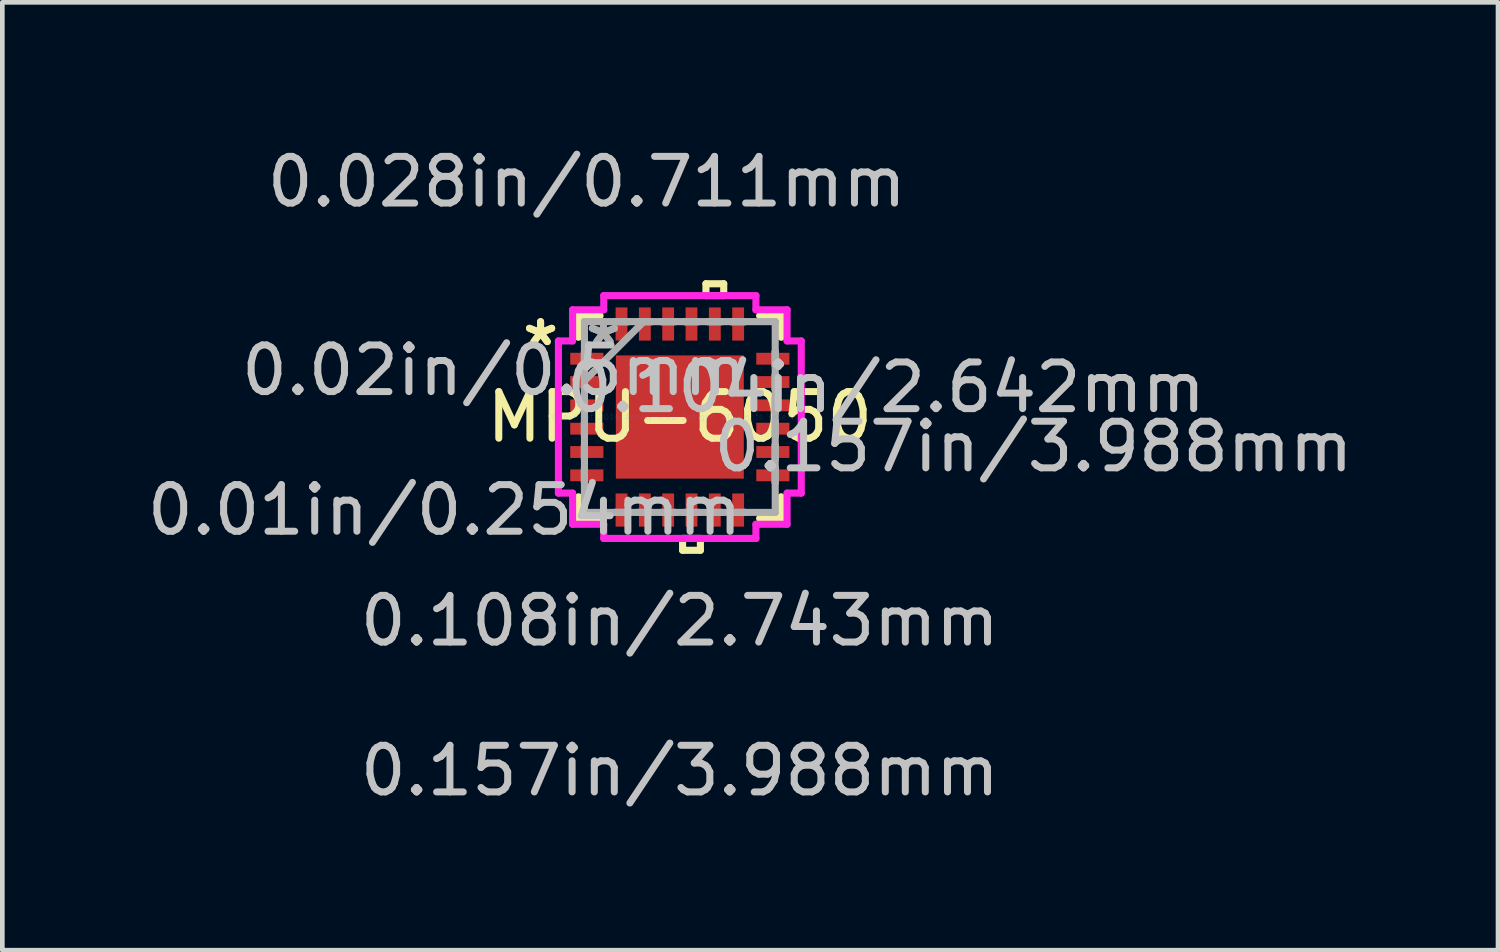
<source format=kicad_pcb>
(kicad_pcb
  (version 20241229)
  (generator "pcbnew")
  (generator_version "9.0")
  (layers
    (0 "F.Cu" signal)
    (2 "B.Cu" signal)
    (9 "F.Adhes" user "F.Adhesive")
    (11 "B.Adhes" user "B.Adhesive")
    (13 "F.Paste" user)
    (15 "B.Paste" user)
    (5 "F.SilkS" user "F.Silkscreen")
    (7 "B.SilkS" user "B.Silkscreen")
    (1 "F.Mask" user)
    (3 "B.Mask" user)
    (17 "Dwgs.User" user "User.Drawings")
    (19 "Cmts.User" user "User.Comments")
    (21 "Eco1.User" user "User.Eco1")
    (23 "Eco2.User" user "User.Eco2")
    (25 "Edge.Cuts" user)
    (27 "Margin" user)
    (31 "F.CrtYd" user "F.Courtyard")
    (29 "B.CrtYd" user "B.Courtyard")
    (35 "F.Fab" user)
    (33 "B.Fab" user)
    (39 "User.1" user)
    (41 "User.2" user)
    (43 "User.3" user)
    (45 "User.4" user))
  (footprint "MPU-6050"
    (layer "F.Cu")
    (at 11.524 5.89)
    (property "Reference" "MPU-6050" (at 0 0 0) (layer "F.SilkS") (effects (font (size 1 1) (thickness 0.15))))
    (attr through_hole)
    (fp_line (start -2.172 -2.172) (end -2.172 -1.71) (stroke (width 0.152) (type solid)) (layer "F.SilkS"))
    (fp_line (start -2.172 1.71) (end -2.172 2.172) (stroke (width 0.152) (type solid)) (layer "F.SilkS"))
    (fp_line (start -2.172 2.172) (end -1.71 2.172) (stroke (width 0.152) (type solid)) (layer "F.SilkS"))
    (fp_line (start -1.71 -2.172) (end -2.172 -2.172) (stroke (width 0.152) (type solid)) (layer "F.SilkS"))
    (fp_line (start 0.059 2.603) (end 0.059 2.857) (stroke (width 0.152) (type solid)) (layer "F.SilkS"))
    (fp_line (start 0.059 2.857) (end 0.441 2.857) (stroke (width 0.152) (type solid)) (layer "F.SilkS"))
    (fp_line (start 0.441 2.603) (end 0.059 2.603) (stroke (width 0.152) (type solid)) (layer "F.SilkS"))
    (fp_line (start 0.441 2.857) (end 0.441 2.603) (stroke (width 0.152) (type solid)) (layer "F.SilkS"))
    (fp_line (start 0.56 -2.857) (end 0.941 -2.857) (stroke (width 0.152) (type solid)) (layer "F.SilkS"))
    (fp_line (start 0.56 -2.603) (end 0.56 -2.857) (stroke (width 0.152) (type solid)) (layer "F.SilkS"))
    (fp_line (start 0.941 -2.857) (end 0.941 -2.603) (stroke (width 0.152) (type solid)) (layer "F.SilkS"))
    (fp_line (start 0.941 -2.603) (end 0.56 -2.603) (stroke (width 0.152) (type solid)) (layer "F.SilkS"))
    (fp_line (start 1.71 2.172) (end 2.172 2.172) (stroke (width 0.152) (type solid)) (layer "F.SilkS"))
    (fp_line (start 2.172 -2.172) (end 1.71 -2.172) (stroke (width 0.152) (type solid)) (layer "F.SilkS"))
    (fp_line (start 2.172 -1.71) (end 2.172 -2.172) (stroke (width 0.152) (type solid)) (layer "F.SilkS"))
    (fp_line (start 2.172 2.172) (end 2.172 1.71) (stroke (width 0.152) (type solid)) (layer "F.SilkS"))
    (fp_line (start -1.272 -1.221) (end -1.272 -0.1) (stroke (width 0.152) (type solid)) (layer "F.Paste"))
    (fp_line (start -1.272 -0.1) (end -0.1 -0.1) (stroke (width 0.152) (type solid)) (layer "F.Paste"))
    (fp_line (start -1.272 0.1) (end -1.272 1.221) (stroke (width 0.152) (type solid)) (layer "F.Paste"))
    (fp_line (start -1.272 1.221) (end -0.1 1.221) (stroke (width 0.152) (type solid)) (layer "F.Paste"))
    (fp_line (start -0.1 -1.221) (end -1.272 -1.221) (stroke (width 0.152) (type solid)) (layer "F.Paste"))
    (fp_line (start -0.1 -0.1) (end -0.1 -1.221) (stroke (width 0.152) (type solid)) (layer "F.Paste"))
    (fp_line (start -0.1 0.1) (end -1.272 0.1) (stroke (width 0.152) (type solid)) (layer "F.Paste"))
    (fp_line (start -0.1 1.221) (end -0.1 0.1) (stroke (width 0.152) (type solid)) (layer "F.Paste"))
    (fp_line (start 0.1 -1.221) (end 0.1 -0.1) (stroke (width 0.152) (type solid)) (layer "F.Paste"))
    (fp_line (start 0.1 -0.1) (end 1.272 -0.1) (stroke (width 0.152) (type solid)) (layer "F.Paste"))
    (fp_line (start 0.1 0.1) (end 0.1 1.221) (stroke (width 0.152) (type solid)) (layer "F.Paste"))
    (fp_line (start 0.1 1.221) (end 1.272 1.221) (stroke (width 0.152) (type solid)) (layer "F.Paste"))
    (fp_line (start 1.272 -1.221) (end 0.1 -1.221) (stroke (width 0.152) (type solid)) (layer "F.Paste"))
    (fp_line (start 1.272 -0.1) (end 1.272 -1.221) (stroke (width 0.152) (type solid)) (layer "F.Paste"))
    (fp_line (start 1.272 0.1) (end 0.1 0.1) (stroke (width 0.152) (type solid)) (layer "F.Paste"))
    (fp_line (start 1.272 1.221) (end 1.272 0.1) (stroke (width 0.152) (type solid)) (layer "F.Paste"))
    (fp_line (start -2.603 -1.631) (end -2.299 -1.631) (stroke (width 0.152) (type solid)) (layer "F.CrtYd"))
    (fp_line (start -2.603 1.631) (end -2.603 -1.631) (stroke (width 0.152) (type solid)) (layer "F.CrtYd"))
    (fp_line (start -2.299 -2.299) (end -1.631 -2.299) (stroke (width 0.152) (type solid)) (layer "F.CrtYd"))
    (fp_line (start -2.299 -1.631) (end -2.299 -2.299) (stroke (width 0.152) (type solid)) (layer "F.CrtYd"))
    (fp_line (start -2.299 1.631) (end -2.603 1.631) (stroke (width 0.152) (type solid)) (layer "F.CrtYd"))
    (fp_line (start -2.299 2.299) (end -2.299 1.631) (stroke (width 0.152) (type solid)) (layer "F.CrtYd"))
    (fp_line (start -1.631 -2.603) (end 1.631 -2.603) (stroke (width 0.152) (type solid)) (layer "F.CrtYd"))
    (fp_line (start -1.631 -2.299) (end -1.631 -2.603) (stroke (width 0.152) (type solid)) (layer "F.CrtYd"))
    (fp_line (start -1.631 2.299) (end -2.299 2.299) (stroke (width 0.152) (type solid)) (layer "F.CrtYd"))
    (fp_line (start -1.631 2.603) (end -1.631 2.299) (stroke (width 0.152) (type solid)) (layer "F.CrtYd"))
    (fp_line (start 1.631 -2.603) (end 1.631 -2.299) (stroke (width 0.152) (type solid)) (layer "F.CrtYd"))
    (fp_line (start 1.631 -2.299) (end 2.299 -2.299) (stroke (width 0.152) (type solid)) (layer "F.CrtYd"))
    (fp_line (start 1.631 2.299) (end 1.631 2.603) (stroke (width 0.152) (type solid)) (layer "F.CrtYd"))
    (fp_line (start 1.631 2.603) (end -1.631 2.603) (stroke (width 0.152) (type solid)) (layer "F.CrtYd"))
    (fp_line (start 2.299 -2.299) (end 2.299 -1.631) (stroke (width 0.152) (type solid)) (layer "F.CrtYd"))
    (fp_line (start 2.299 -1.631) (end 2.603 -1.631) (stroke (width 0.152) (type solid)) (layer "F.CrtYd"))
    (fp_line (start 2.299 1.631) (end 2.299 2.299) (stroke (width 0.152) (type solid)) (layer "F.CrtYd"))
    (fp_line (start 2.299 2.299) (end 1.631 2.299) (stroke (width 0.152) (type solid)) (layer "F.CrtYd"))
    (fp_line (start 2.603 -1.631) (end 2.603 1.631) (stroke (width 0.152) (type solid)) (layer "F.CrtYd"))
    (fp_line (start 2.603 1.631) (end 2.299 1.631) (stroke (width 0.152) (type solid)) (layer "F.CrtYd"))
    (fp_line (start -2.045 -2.045) (end -2.045 -2.045) (stroke (width 0.152) (type solid)) (layer "F.Fab"))
    (fp_line (start -2.045 -2.045) (end -2.045 2.045) (stroke (width 0.152) (type solid)) (layer "F.Fab"))
    (fp_line (start -2.045 -1.402) (end -2.045 -1.402) (stroke (width 0.152) (type solid)) (layer "F.Fab"))
    (fp_line (start -2.045 -1.402) (end -2.045 -1.098) (stroke (width 0.152) (type solid)) (layer "F.Fab"))
    (fp_line (start -2.045 -1.098) (end -2.045 -1.402) (stroke (width 0.152) (type solid)) (layer "F.Fab"))
    (fp_line (start -2.045 -1.098) (end -2.045 -1.098) (stroke (width 0.152) (type solid)) (layer "F.Fab"))
    (fp_line (start -2.045 -0.902) (end -2.045 -0.902) (stroke (width 0.152) (type solid)) (layer "F.Fab"))
    (fp_line (start -2.045 -0.902) (end -2.045 -0.598) (stroke (width 0.152) (type solid)) (layer "F.Fab"))
    (fp_line (start -2.045 -0.775) (end -0.775 -2.045) (stroke (width 0.152) (type solid)) (layer "F.Fab"))
    (fp_line (start -2.045 -0.598) (end -2.045 -0.902) (stroke (width 0.152) (type solid)) (layer "F.Fab"))
    (fp_line (start -2.045 -0.598) (end -2.045 -0.598) (stroke (width 0.152) (type solid)) (layer "F.Fab"))
    (fp_line (start -2.045 -0.402) (end -2.045 -0.402) (stroke (width 0.152) (type solid)) (layer "F.Fab"))
    (fp_line (start -2.045 -0.402) (end -2.045 -0.098) (stroke (width 0.152) (type solid)) (layer "F.Fab"))
    (fp_line (start -2.045 -0.098) (end -2.045 -0.402) (stroke (width 0.152) (type solid)) (layer "F.Fab"))
    (fp_line (start -2.045 -0.098) (end -2.045 -0.098) (stroke (width 0.152) (type solid)) (layer "F.Fab"))
    (fp_line (start -2.045 0.098) (end -2.045 0.098) (stroke (width 0.152) (type solid)) (layer "F.Fab"))
    (fp_line (start -2.045 0.098) (end -2.045 0.402) (stroke (width 0.152) (type solid)) (layer "F.Fab"))
    (fp_line (start -2.045 0.402) (end -2.045 0.098) (stroke (width 0.152) (type solid)) (layer "F.Fab"))
    (fp_line (start -2.045 0.402) (end -2.045 0.402) (stroke (width 0.152) (type solid)) (layer "F.Fab"))
    (fp_line (start -2.045 0.598) (end -2.045 0.598) (stroke (width 0.152) (type solid)) (layer "F.Fab"))
    (fp_line (start -2.045 0.598) (end -2.045 0.902) (stroke (width 0.152) (type solid)) (layer "F.Fab"))
    (fp_line (start -2.045 0.902) (end -2.045 0.598) (stroke (width 0.152) (type solid)) (layer "F.Fab"))
    (fp_line (start -2.045 0.902) (end -2.045 0.902) (stroke (width 0.152) (type solid)) (layer "F.Fab"))
    (fp_line (start -2.045 1.098) (end -2.045 1.098) (stroke (width 0.152) (type solid)) (layer "F.Fab"))
    (fp_line (start -2.045 1.098) (end -2.045 1.402) (stroke (width 0.152) (type solid)) (layer "F.Fab"))
    (fp_line (start -2.045 1.402) (end -2.045 1.098) (stroke (width 0.152) (type solid)) (layer "F.Fab"))
    (fp_line (start -2.045 1.402) (end -2.045 1.402) (stroke (width 0.152) (type solid)) (layer "F.Fab"))
    (fp_line (start -2.045 2.045) (end -2.045 2.045) (stroke (width 0.152) (type solid)) (layer "F.Fab"))
    (fp_line (start -2.045 2.045) (end 2.045 2.045) (stroke (width 0.152) (type solid)) (layer "F.Fab"))
    (fp_line (start -1.402 -2.045) (end -1.402 -2.045) (stroke (width 0.152) (type solid)) (layer "F.Fab"))
    (fp_line (start -1.402 -2.045) (end -1.098 -2.045) (stroke (width 0.152) (type solid)) (layer "F.Fab"))
    (fp_line (start -1.402 2.045) (end -1.402 2.045) (stroke (width 0.152) (type solid)) (layer "F.Fab"))
    (fp_line (start -1.402 2.045) (end -1.098 2.045) (stroke (width 0.152) (type solid)) (layer "F.Fab"))
    (fp_line (start -1.098 -2.045) (end -1.402 -2.045) (stroke (width 0.152) (type solid)) (layer "F.Fab"))
    (fp_line (start -1.098 -2.045) (end -1.098 -2.045) (stroke (width 0.152) (type solid)) (layer "F.Fab"))
    (fp_line (start -1.098 2.045) (end -1.402 2.045) (stroke (width 0.152) (type solid)) (layer "F.Fab"))
    (fp_line (start -1.098 2.045) (end -1.098 2.045) (stroke (width 0.152) (type solid)) (layer "F.Fab"))
    (fp_line (start -0.902 -2.045) (end -0.902 -2.045) (stroke (width 0.152) (type solid)) (layer "F.Fab"))
    (fp_line (start -0.902 -2.045) (end -0.598 -2.045) (stroke (width 0.152) (type solid)) (layer "F.Fab"))
    (fp_line (start -0.902 2.045) (end -0.902 2.045) (stroke (width 0.152) (type solid)) (layer "F.Fab"))
    (fp_line (start -0.902 2.045) (end -0.598 2.045) (stroke (width 0.152) (type solid)) (layer "F.Fab"))
    (fp_line (start -0.598 -2.045) (end -0.902 -2.045) (stroke (width 0.152) (type solid)) (layer "F.Fab"))
    (fp_line (start -0.598 -2.045) (end -0.598 -2.045) (stroke (width 0.152) (type solid)) (layer "F.Fab"))
    (fp_line (start -0.598 2.045) (end -0.902 2.045) (stroke (width 0.152) (type solid)) (layer "F.Fab"))
    (fp_line (start -0.598 2.045) (end -0.598 2.045) (stroke (width 0.152) (type solid)) (layer "F.Fab"))
    (fp_line (start -0.402 -2.045) (end -0.402 -2.045) (stroke (width 0.152) (type solid)) (layer "F.Fab"))
    (fp_line (start -0.402 -2.045) (end -0.098 -2.045) (stroke (width 0.152) (type solid)) (layer "F.Fab"))
    (fp_line (start -0.402 2.045) (end -0.402 2.045) (stroke (width 0.152) (type solid)) (layer "F.Fab"))
    (fp_line (start -0.402 2.045) (end -0.098 2.045) (stroke (width 0.152) (type solid)) (layer "F.Fab"))
    (fp_line (start -0.098 -2.045) (end -0.402 -2.045) (stroke (width 0.152) (type solid)) (layer "F.Fab"))
    (fp_line (start -0.098 -2.045) (end -0.098 -2.045) (stroke (width 0.152) (type solid)) (layer "F.Fab"))
    (fp_line (start -0.098 2.045) (end -0.402 2.045) (stroke (width 0.152) (type solid)) (layer "F.Fab"))
    (fp_line (start -0.098 2.045) (end -0.098 2.045) (stroke (width 0.152) (type solid)) (layer "F.Fab"))
    (fp_line (start 0.098 -2.045) (end 0.098 -2.045) (stroke (width 0.152) (type solid)) (layer "F.Fab"))
    (fp_line (start 0.098 -2.045) (end 0.402 -2.045) (stroke (width 0.152) (type solid)) (layer "F.Fab"))
    (fp_line (start 0.098 2.045) (end 0.098 2.045) (stroke (width 0.152) (type solid)) (layer "F.Fab"))
    (fp_line (start 0.098 2.045) (end 0.402 2.045) (stroke (width 0.152) (type solid)) (layer "F.Fab"))
    (fp_line (start 0.402 -2.045) (end 0.098 -2.045) (stroke (width 0.152) (type solid)) (layer "F.Fab"))
    (fp_line (start 0.402 -2.045) (end 0.402 -2.045) (stroke (width 0.152) (type solid)) (layer "F.Fab"))
    (fp_line (start 0.402 2.045) (end 0.098 2.045) (stroke (width 0.152) (type solid)) (layer "F.Fab"))
    (fp_line (start 0.402 2.045) (end 0.402 2.045) (stroke (width 0.152) (type solid)) (layer "F.Fab"))
    (fp_line (start 0.598 -2.045) (end 0.598 -2.045) (stroke (width 0.152) (type solid)) (layer "F.Fab"))
    (fp_line (start 0.598 -2.045) (end 0.902 -2.045) (stroke (width 0.152) (type solid)) (layer "F.Fab"))
    (fp_line (start 0.598 2.045) (end 0.598 2.045) (stroke (width 0.152) (type solid)) (layer "F.Fab"))
    (fp_line (start 0.598 2.045) (end 0.902 2.045) (stroke (width 0.152) (type solid)) (layer "F.Fab"))
    (fp_line (start 0.902 -2.045) (end 0.598 -2.045) (stroke (width 0.152) (type solid)) (layer "F.Fab"))
    (fp_line (start 0.902 -2.045) (end 0.902 -2.045) (stroke (width 0.152) (type solid)) (layer "F.Fab"))
    (fp_line (start 0.902 2.045) (end 0.598 2.045) (stroke (width 0.152) (type solid)) (layer "F.Fab"))
    (fp_line (start 0.902 2.045) (end 0.902 2.045) (stroke (width 0.152) (type solid)) (layer "F.Fab"))
    (fp_line (start 1.098 -2.045) (end 1.098 -2.045) (stroke (width 0.152) (type solid)) (layer "F.Fab"))
    (fp_line (start 1.098 -2.045) (end 1.402 -2.045) (stroke (width 0.152) (type solid)) (layer "F.Fab"))
    (fp_line (start 1.098 2.045) (end 1.098 2.045) (stroke (width 0.152) (type solid)) (layer "F.Fab"))
    (fp_line (start 1.098 2.045) (end 1.402 2.045) (stroke (width 0.152) (type solid)) (layer "F.Fab"))
    (fp_line (start 1.402 -2.045) (end 1.098 -2.045) (stroke (width 0.152) (type solid)) (layer "F.Fab"))
    (fp_line (start 1.402 -2.045) (end 1.402 -2.045) (stroke (width 0.152) (type solid)) (layer "F.Fab"))
    (fp_line (start 1.402 2.045) (end 1.098 2.045) (stroke (width 0.152) (type solid)) (layer "F.Fab"))
    (fp_line (start 1.402 2.045) (end 1.402 2.045) (stroke (width 0.152) (type solid)) (layer "F.Fab"))
    (fp_line (start 2.045 -2.045) (end -2.045 -2.045) (stroke (width 0.152) (type solid)) (layer "F.Fab"))
    (fp_line (start 2.045 -2.045) (end 2.045 -2.045) (stroke (width 0.152) (type solid)) (layer "F.Fab"))
    (fp_line (start 2.045 -1.402) (end 2.045 -1.402) (stroke (width 0.152) (type solid)) (layer "F.Fab"))
    (fp_line (start 2.045 -1.402) (end 2.045 -1.098) (stroke (width 0.152) (type solid)) (layer "F.Fab"))
    (fp_line (start 2.045 -1.098) (end 2.045 -1.402) (stroke (width 0.152) (type solid)) (layer "F.Fab"))
    (fp_line (start 2.045 -1.098) (end 2.045 -1.098) (stroke (width 0.152) (type solid)) (layer "F.Fab"))
    (fp_line (start 2.045 -0.902) (end 2.045 -0.902) (stroke (width 0.152) (type solid)) (layer "F.Fab"))
    (fp_line (start 2.045 -0.902) (end 2.045 -0.598) (stroke (width 0.152) (type solid)) (layer "F.Fab"))
    (fp_line (start 2.045 -0.598) (end 2.045 -0.902) (stroke (width 0.152) (type solid)) (layer "F.Fab"))
    (fp_line (start 2.045 -0.598) (end 2.045 -0.598) (stroke (width 0.152) (type solid)) (layer "F.Fab"))
    (fp_line (start 2.045 -0.402) (end 2.045 -0.402) (stroke (width 0.152) (type solid)) (layer "F.Fab"))
    (fp_line (start 2.045 -0.402) (end 2.045 -0.098) (stroke (width 0.152) (type solid)) (layer "F.Fab"))
    (fp_line (start 2.045 -0.098) (end 2.045 -0.402) (stroke (width 0.152) (type solid)) (layer "F.Fab"))
    (fp_line (start 2.045 -0.098) (end 2.045 -0.098) (stroke (width 0.152) (type solid)) (layer "F.Fab"))
    (fp_line (start 2.045 0.098) (end 2.045 0.098) (stroke (width 0.152) (type solid)) (layer "F.Fab"))
    (fp_line (start 2.045 0.098) (end 2.045 0.402) (stroke (width 0.152) (type solid)) (layer "F.Fab"))
    (fp_line (start 2.045 0.402) (end 2.045 0.098) (stroke (width 0.152) (type solid)) (layer "F.Fab"))
    (fp_line (start 2.045 0.402) (end 2.045 0.402) (stroke (width 0.152) (type solid)) (layer "F.Fab"))
    (fp_line (start 2.045 0.598) (end 2.045 0.598) (stroke (width 0.152) (type solid)) (layer "F.Fab"))
    (fp_line (start 2.045 0.598) (end 2.045 0.902) (stroke (width 0.152) (type solid)) (layer "F.Fab"))
    (fp_line (start 2.045 0.902) (end 2.045 0.598) (stroke (width 0.152) (type solid)) (layer "F.Fab"))
    (fp_line (start 2.045 0.902) (end 2.045 0.902) (stroke (width 0.152) (type solid)) (layer "F.Fab"))
    (fp_line (start 2.045 1.098) (end 2.045 1.098) (stroke (width 0.152) (type solid)) (layer "F.Fab"))
    (fp_line (start 2.045 1.098) (end 2.045 1.402) (stroke (width 0.152) (type solid)) (layer "F.Fab"))
    (fp_line (start 2.045 1.402) (end 2.045 1.098) (stroke (width 0.152) (type solid)) (layer "F.Fab"))
    (fp_line (start 2.045 1.402) (end 2.045 1.402) (stroke (width 0.152) (type solid)) (layer "F.Fab"))
    (fp_line (start 2.045 2.045) (end 2.045 -2.045) (stroke (width 0.152) (type solid)) (layer "F.Fab"))
    (fp_line (start 2.045 2.045) (end 2.045 2.045) (stroke (width 0.152) (type solid)) (layer "F.Fab"))
    (fp_text user "*" (at -2.985 -1.5 0) (layer "F.SilkS") (effects (font (size 1 1) (thickness 0.15))))
    (fp_text user "*" (at -2.985 -1.5 0) (layer "F.SilkS") (effects (font (size 1 1) (thickness 0.15))))
    (fp_text user "0.028in/0.711mm" (at -1.994 -5.042 0) (layer "Dwgs.User") (effects (font (size 1 1) (thickness 0.15))))
    (fp_text user "0.157in/3.988mm" (at 7.582 0.635 0) (layer "Dwgs.User") (effects (font (size 1 1) (thickness 0.15))))
    (fp_text user "0.01in/0.254mm" (at -5.042 1.994 0) (layer "Dwgs.User") (effects (font (size 1 1) (thickness 0.15))))
    (fp_text user "0.02in/0.5mm" (at -3.975 -1 0) (layer "Dwgs.User") (effects (font (size 1 1) (thickness 0.15))))
    (fp_text user "0.108in/2.743mm" (at 0 4.369 0) (layer "Dwgs.User") (effects (font (size 1 1) (thickness 0.15))))
    (fp_text user "0.104in/2.642mm" (at 4.42 -0.635 0) (layer "Dwgs.User") (effects (font (size 1 1) (thickness 0.15))))
    (fp_text user "0.157in/3.988mm" (at 0 7.582 0) (layer "Dwgs.User") (effects (font (size 1 1) (thickness 0.15))))
    (fp_text user "Copyright 2016 Accelerated Designs. All rights reserved." (at 0 0 0) (layer "Cmts.User") (effects (font (size 0.127 0.127) (thickness 0.002))))
    (fp_text user "*" (at -1.638 -1.5 0) (layer "F.Fab") (effects (font (size 1 1) (thickness 0.15))))
    (fp_text user "*" (at -1.638 -1.5 0) (layer "F.Fab") (effects (font (size 1 1) (thickness 0.15))))
    (pad "1" smd rect (at -1.994 -1.25 90) (size 0.254 0.711) (layers "F.Cu" "F.Mask" "F.Paste"))
    (pad "2" smd rect (at -1.994 -0.75 90) (size 0.254 0.711) (layers "F.Cu" "F.Mask" "F.Paste"))
    (pad "3" smd rect (at -1.994 -0.25 90) (size 0.254 0.711) (layers "F.Cu" "F.Mask" "F.Paste"))
    (pad "4" smd rect (at -1.994 0.25 90) (size 0.254 0.711) (layers "F.Cu" "F.Mask" "F.Paste"))
    (pad "5" smd rect (at -1.994 0.75 90) (size 0.254 0.711) (layers "F.Cu" "F.Mask" "F.Paste"))
    (pad "6" smd rect (at -1.994 1.25 90) (size 0.254 0.711) (layers "F.Cu" "F.Mask" "F.Paste"))
    (pad "7" smd rect (at -1.25 1.994) (size 0.254 0.711) (layers "F.Cu" "F.Mask" "F.Paste"))
    (pad "8" smd rect (at -0.75 1.994) (size 0.254 0.711) (layers "F.Cu" "F.Mask" "F.Paste"))
    (pad "9" smd rect (at -0.25 1.994) (size 0.254 0.711) (layers "F.Cu" "F.Mask" "F.Paste"))
    (pad "10" smd rect (at 0.25 1.994) (size 0.254 0.711) (layers "F.Cu" "F.Mask" "F.Paste"))
    (pad "11" smd rect (at 0.75 1.994) (size 0.254 0.711) (layers "F.Cu" "F.Mask" "F.Paste"))
    (pad "12" smd rect (at 1.25 1.994) (size 0.254 0.711) (layers "F.Cu" "F.Mask" "F.Paste"))
    (pad "13" smd rect (at 1.994 1.25 90) (size 0.254 0.711) (layers "F.Cu" "F.Mask" "F.Paste"))
    (pad "14" smd rect (at 1.994 0.75 90) (size 0.254 0.711) (layers "F.Cu" "F.Mask" "F.Paste"))
    (pad "15" smd rect (at 1.994 0.25 90) (size 0.254 0.711) (layers "F.Cu" "F.Mask" "F.Paste"))
    (pad "16" smd rect (at 1.994 -0.25 90) (size 0.254 0.711) (layers "F.Cu" "F.Mask" "F.Paste"))
    (pad "17" smd rect (at 1.994 -0.75 90) (size 0.254 0.711) (layers "F.Cu" "F.Mask" "F.Paste"))
    (pad "18" smd rect (at 1.994 -1.25 90) (size 0.254 0.711) (layers "F.Cu" "F.Mask" "F.Paste"))
    (pad "19" smd rect (at 1.25 -1.994) (size 0.254 0.711) (layers "F.Cu" "F.Mask" "F.Paste"))
    (pad "20" smd rect (at 0.75 -1.994) (size 0.254 0.711) (layers "F.Cu" "F.Mask" "F.Paste"))
    (pad "21" smd rect (at 0.25 -1.994) (size 0.254 0.711) (layers "F.Cu" "F.Mask" "F.Paste"))
    (pad "22" smd rect (at -0.25 -1.994) (size 0.254 0.711) (layers "F.Cu" "F.Mask" "F.Paste"))
    (pad "23" smd rect (at -0.75 -1.994) (size 0.254 0.711) (layers "F.Cu" "F.Mask" "F.Paste"))
    (pad "24" smd rect (at -1.25 -1.994) (size 0.254 0.711) (layers "F.Cu" "F.Mask" "F.Paste"))
    (pad "25" smd rect (at 0 0) (size 2.743 2.642) (layers "F.Cu" "F.Mask" "F.Paste")))
  (gr_rect
    (start -3 -3)
    (end 29.064 17.32)
    (stroke (width 0.1) (type default))
    (fill no)
    (layer "Edge.Cuts")))
</source>
